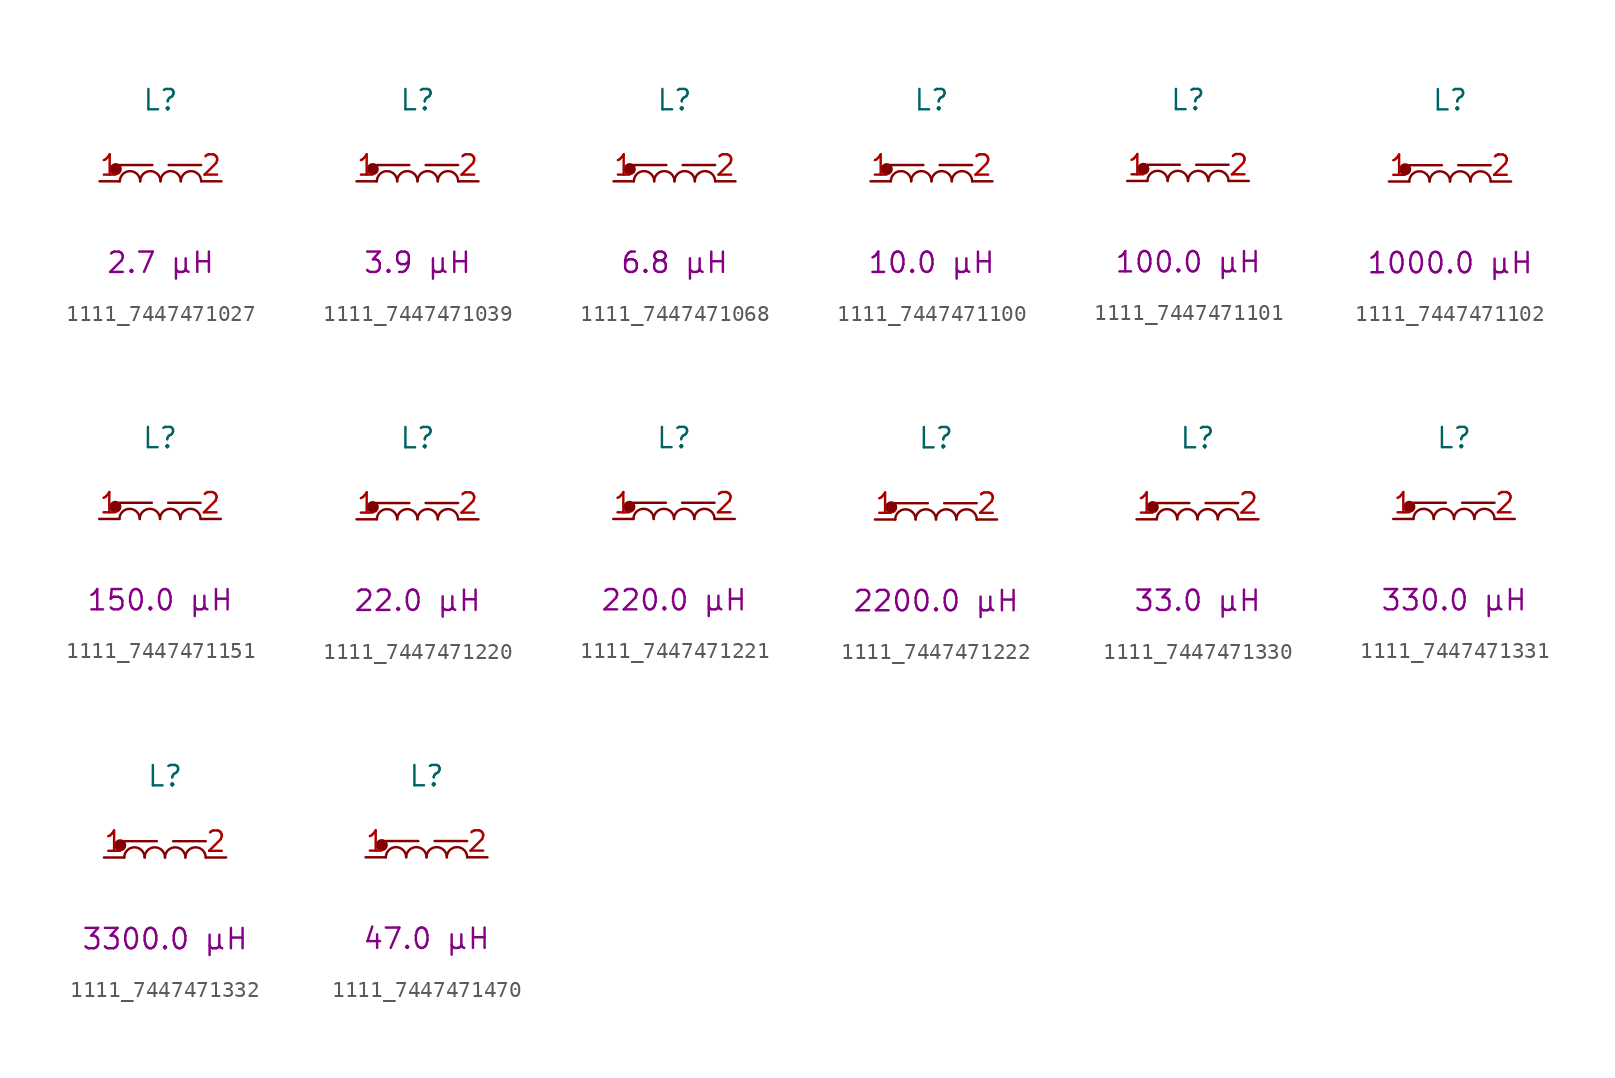
<source format=kicad_sym>
(kicad_symbol_lib
  (version 20220914)
  (generator kicad_symbol_editor)
  (symbol "1111_7447471027"
    (pin_names hide)
    (property "Reference" "L"
      (at 0 5.08 0)
      (effects (font (size 1.27 1.27))))
    (property "Critical Parameter" "2.7 µH"
      (at 0 -5.08 0)
      (effects (font (size 1.27 1.27))))
    (symbol "1111_7447471027_0_1"
      (arc (start -1.27 0) (mid -1.905 0.6323) (end -2.54 0) (stroke (width 0) (type default)) (fill (type none)))
      (arc (start 0 0) (mid -0.635 0.6323) (end -1.27 0) (stroke (width 0) (type default)) (fill (type none)))
      (polyline (pts (xy -2.54 1.016) (xy -0.508 1.016)) (stroke (width 0) (type default)) (fill (type none)))
      (arc (start 1.27 0) (mid 0.635 0.6323) (end 0 0) (stroke (width 0) (type default)) (fill (type none)))
      (arc (start 2.54 0) (mid 1.905 0.6323) (end 1.27 0) (stroke (width 0) (type default)) (fill (type none))))
    (symbol "1111_7447471027_1_1"
      (circle (center -2.794 0.762) (radius 0.0001) (stroke (width 0.381) (type default)) (fill (type none)))
      (polyline (pts (xy 2.54 1.016) (xy 0.508 1.016)) (stroke (width 0) (type default)) (fill (type none)))
      (pin passive line (at -3.81 0 0) (length 1.27) (name "1" (effects (font (size 1.27 1.27)))) (number "1" (effects (font (size 1.27 1.27)))))
      (pin passive line (at 3.81 0 180) (length 1.27) (name "2" (effects (font (size 1.27 1.27)))) (number "2" (effects (font (size 1.27 1.27)))))))
  (symbol "1111_7447471039"
    (pin_names hide)
    (property "Reference" "L"
      (at 0 5.08 0)
      (effects (font (size 1.27 1.27))))
    (property "Critical Parameter" "3.9 µH"
      (at 0 -5.08 0)
      (effects (font (size 1.27 1.27))))
    (symbol "1111_7447471039_0_1"
      (arc (start -1.27 0) (mid -1.905 0.6323) (end -2.54 0) (stroke (width 0) (type default)) (fill (type none)))
      (arc (start 0 0) (mid -0.635 0.6323) (end -1.27 0) (stroke (width 0) (type default)) (fill (type none)))
      (polyline (pts (xy -2.54 1.016) (xy -0.508 1.016)) (stroke (width 0) (type default)) (fill (type none)))
      (arc (start 1.27 0) (mid 0.635 0.6323) (end 0 0) (stroke (width 0) (type default)) (fill (type none)))
      (arc (start 2.54 0) (mid 1.905 0.6323) (end 1.27 0) (stroke (width 0) (type default)) (fill (type none))))
    (symbol "1111_7447471039_1_1"
      (circle (center -2.794 0.762) (radius 0.0001) (stroke (width 0.381) (type default)) (fill (type none)))
      (polyline (pts (xy 2.54 1.016) (xy 0.508 1.016)) (stroke (width 0) (type default)) (fill (type none)))
      (pin passive line (at -3.81 0 0) (length 1.27) (name "1" (effects (font (size 1.27 1.27)))) (number "1" (effects (font (size 1.27 1.27)))))
      (pin passive line (at 3.81 0 180) (length 1.27) (name "2" (effects (font (size 1.27 1.27)))) (number "2" (effects (font (size 1.27 1.27)))))))
  (symbol "1111_7447471068"
    (pin_names hide)
    (property "Reference" "L"
      (at 0 5.08 0)
      (effects (font (size 1.27 1.27))))
    (property "Critical Parameter" "6.8 µH"
      (at 0 -5.08 0)
      (effects (font (size 1.27 1.27))))
    (symbol "1111_7447471068_0_1"
      (arc (start -1.27 0) (mid -1.905 0.6323) (end -2.54 0) (stroke (width 0) (type default)) (fill (type none)))
      (arc (start 0 0) (mid -0.635 0.6323) (end -1.27 0) (stroke (width 0) (type default)) (fill (type none)))
      (polyline (pts (xy -2.54 1.016) (xy -0.508 1.016)) (stroke (width 0) (type default)) (fill (type none)))
      (arc (start 1.27 0) (mid 0.635 0.6323) (end 0 0) (stroke (width 0) (type default)) (fill (type none)))
      (arc (start 2.54 0) (mid 1.905 0.6323) (end 1.27 0) (stroke (width 0) (type default)) (fill (type none))))
    (symbol "1111_7447471068_1_1"
      (circle (center -2.794 0.762) (radius 0.0001) (stroke (width 0.381) (type default)) (fill (type none)))
      (polyline (pts (xy 2.54 1.016) (xy 0.508 1.016)) (stroke (width 0) (type default)) (fill (type none)))
      (pin passive line (at -3.81 0 0) (length 1.27) (name "1" (effects (font (size 1.27 1.27)))) (number "1" (effects (font (size 1.27 1.27)))))
      (pin passive line (at 3.81 0 180) (length 1.27) (name "2" (effects (font (size 1.27 1.27)))) (number "2" (effects (font (size 1.27 1.27)))))))
  (symbol "1111_7447471100"
    (pin_names hide)
    (property "Reference" "L"
      (at 0 5.08 0)
      (effects (font (size 1.27 1.27))))
    (property "Critical Parameter" "10.0 µH"
      (at 0 -5.08 0)
      (effects (font (size 1.27 1.27))))
    (symbol "1111_7447471100_0_1"
      (arc (start -1.27 0) (mid -1.905 0.6323) (end -2.54 0) (stroke (width 0) (type default)) (fill (type none)))
      (arc (start 0 0) (mid -0.635 0.6323) (end -1.27 0) (stroke (width 0) (type default)) (fill (type none)))
      (polyline (pts (xy -2.54 1.016) (xy -0.508 1.016)) (stroke (width 0) (type default)) (fill (type none)))
      (arc (start 1.27 0) (mid 0.635 0.6323) (end 0 0) (stroke (width 0) (type default)) (fill (type none)))
      (arc (start 2.54 0) (mid 1.905 0.6323) (end 1.27 0) (stroke (width 0) (type default)) (fill (type none))))
    (symbol "1111_7447471100_1_1"
      (circle (center -2.794 0.762) (radius 0.0001) (stroke (width 0.381) (type default)) (fill (type none)))
      (polyline (pts (xy 2.54 1.016) (xy 0.508 1.016)) (stroke (width 0) (type default)) (fill (type none)))
      (pin passive line (at -3.81 0 0) (length 1.27) (name "1" (effects (font (size 1.27 1.27)))) (number "1" (effects (font (size 1.27 1.27)))))
      (pin passive line (at 3.81 0 180) (length 1.27) (name "2" (effects (font (size 1.27 1.27)))) (number "2" (effects (font (size 1.27 1.27)))))))
  (symbol "1111_7447471101"
    (pin_names hide)
    (property "Reference" "L"
      (at 0 5.08 0)
      (effects (font (size 1.27 1.27))))
    (property "Critical Parameter" "100.0 µH"
      (at 0 -5.08 0)
      (effects (font (size 1.27 1.27))))
    (symbol "1111_7447471101_0_1"
      (arc (start -1.27 0) (mid -1.905 0.6323) (end -2.54 0) (stroke (width 0) (type default)) (fill (type none)))
      (arc (start 0 0) (mid -0.635 0.6323) (end -1.27 0) (stroke (width 0) (type default)) (fill (type none)))
      (polyline (pts (xy -2.54 1.016) (xy -0.508 1.016)) (stroke (width 0) (type default)) (fill (type none)))
      (arc (start 1.27 0) (mid 0.635 0.6323) (end 0 0) (stroke (width 0) (type default)) (fill (type none)))
      (arc (start 2.54 0) (mid 1.905 0.6323) (end 1.27 0) (stroke (width 0) (type default)) (fill (type none))))
    (symbol "1111_7447471101_1_1"
      (circle (center -2.794 0.762) (radius 0.0001) (stroke (width 0.381) (type default)) (fill (type none)))
      (polyline (pts (xy 2.54 1.016) (xy 0.508 1.016)) (stroke (width 0) (type default)) (fill (type none)))
      (pin passive line (at -3.81 0 0) (length 1.27) (name "1" (effects (font (size 1.27 1.27)))) (number "1" (effects (font (size 1.27 1.27)))))
      (pin passive line (at 3.81 0 180) (length 1.27) (name "2" (effects (font (size 1.27 1.27)))) (number "2" (effects (font (size 1.27 1.27)))))))
  (symbol "1111_7447471102"
    (pin_names hide)
    (property "Reference" "L"
      (at 0 5.08 0)
      (effects (font (size 1.27 1.27))))
    (property "Critical Parameter" "1000.0 µH"
      (at 0 -5.08 0)
      (effects (font (size 1.27 1.27))))
    (symbol "1111_7447471102_0_1"
      (arc (start -1.27 0) (mid -1.905 0.6323) (end -2.54 0) (stroke (width 0) (type default)) (fill (type none)))
      (arc (start 0 0) (mid -0.635 0.6323) (end -1.27 0) (stroke (width 0) (type default)) (fill (type none)))
      (polyline (pts (xy -2.54 1.016) (xy -0.508 1.016)) (stroke (width 0) (type default)) (fill (type none)))
      (arc (start 1.27 0) (mid 0.635 0.6323) (end 0 0) (stroke (width 0) (type default)) (fill (type none)))
      (arc (start 2.54 0) (mid 1.905 0.6323) (end 1.27 0) (stroke (width 0) (type default)) (fill (type none))))
    (symbol "1111_7447471102_1_1"
      (circle (center -2.794 0.762) (radius 0.0001) (stroke (width 0.381) (type default)) (fill (type none)))
      (polyline (pts (xy 2.54 1.016) (xy 0.508 1.016)) (stroke (width 0) (type default)) (fill (type none)))
      (pin passive line (at -3.81 0 0) (length 1.27) (name "1" (effects (font (size 1.27 1.27)))) (number "1" (effects (font (size 1.27 1.27)))))
      (pin passive line (at 3.81 0 180) (length 1.27) (name "2" (effects (font (size 1.27 1.27)))) (number "2" (effects (font (size 1.27 1.27)))))))
  (symbol "1111_7447471151"
    (pin_names hide)
    (property "Reference" "L"
      (at 0 5.08 0)
      (effects (font (size 1.27 1.27))))
    (property "Critical Parameter" "150.0 µH"
      (at 0 -5.08 0)
      (effects (font (size 1.27 1.27))))
    (symbol "1111_7447471151_0_1"
      (arc (start -1.27 0) (mid -1.905 0.6323) (end -2.54 0) (stroke (width 0) (type default)) (fill (type none)))
      (arc (start 0 0) (mid -0.635 0.6323) (end -1.27 0) (stroke (width 0) (type default)) (fill (type none)))
      (polyline (pts (xy -2.54 1.016) (xy -0.508 1.016)) (stroke (width 0) (type default)) (fill (type none)))
      (arc (start 1.27 0) (mid 0.635 0.6323) (end 0 0) (stroke (width 0) (type default)) (fill (type none)))
      (arc (start 2.54 0) (mid 1.905 0.6323) (end 1.27 0) (stroke (width 0) (type default)) (fill (type none))))
    (symbol "1111_7447471151_1_1"
      (circle (center -2.794 0.762) (radius 0.0001) (stroke (width 0.381) (type default)) (fill (type none)))
      (polyline (pts (xy 2.54 1.016) (xy 0.508 1.016)) (stroke (width 0) (type default)) (fill (type none)))
      (pin passive line (at -3.81 0 0) (length 1.27) (name "1" (effects (font (size 1.27 1.27)))) (number "1" (effects (font (size 1.27 1.27)))))
      (pin passive line (at 3.81 0 180) (length 1.27) (name "2" (effects (font (size 1.27 1.27)))) (number "2" (effects (font (size 1.27 1.27)))))))
  (symbol "1111_7447471220"
    (pin_names hide)
    (property "Reference" "L"
      (at 0 5.08 0)
      (effects (font (size 1.27 1.27))))
    (property "Critical Parameter" "22.0 µH"
      (at 0 -5.08 0)
      (effects (font (size 1.27 1.27))))
    (symbol "1111_7447471220_0_1"
      (arc (start -1.27 0) (mid -1.905 0.6323) (end -2.54 0) (stroke (width 0) (type default)) (fill (type none)))
      (arc (start 0 0) (mid -0.635 0.6323) (end -1.27 0) (stroke (width 0) (type default)) (fill (type none)))
      (polyline (pts (xy -2.54 1.016) (xy -0.508 1.016)) (stroke (width 0) (type default)) (fill (type none)))
      (arc (start 1.27 0) (mid 0.635 0.6323) (end 0 0) (stroke (width 0) (type default)) (fill (type none)))
      (arc (start 2.54 0) (mid 1.905 0.6323) (end 1.27 0) (stroke (width 0) (type default)) (fill (type none))))
    (symbol "1111_7447471220_1_1"
      (circle (center -2.794 0.762) (radius 0.0001) (stroke (width 0.381) (type default)) (fill (type none)))
      (polyline (pts (xy 2.54 1.016) (xy 0.508 1.016)) (stroke (width 0) (type default)) (fill (type none)))
      (pin passive line (at -3.81 0 0) (length 1.27) (name "1" (effects (font (size 1.27 1.27)))) (number "1" (effects (font (size 1.27 1.27)))))
      (pin passive line (at 3.81 0 180) (length 1.27) (name "2" (effects (font (size 1.27 1.27)))) (number "2" (effects (font (size 1.27 1.27)))))))
  (symbol "1111_7447471221"
    (pin_names hide)
    (property "Reference" "L"
      (at 0 5.08 0)
      (effects (font (size 1.27 1.27))))
    (property "Critical Parameter" "220.0 µH"
      (at 0 -5.08 0)
      (effects (font (size 1.27 1.27))))
    (symbol "1111_7447471221_0_1"
      (arc (start -1.27 0) (mid -1.905 0.6323) (end -2.54 0) (stroke (width 0) (type default)) (fill (type none)))
      (arc (start 0 0) (mid -0.635 0.6323) (end -1.27 0) (stroke (width 0) (type default)) (fill (type none)))
      (polyline (pts (xy -2.54 1.016) (xy -0.508 1.016)) (stroke (width 0) (type default)) (fill (type none)))
      (arc (start 1.27 0) (mid 0.635 0.6323) (end 0 0) (stroke (width 0) (type default)) (fill (type none)))
      (arc (start 2.54 0) (mid 1.905 0.6323) (end 1.27 0) (stroke (width 0) (type default)) (fill (type none))))
    (symbol "1111_7447471221_1_1"
      (circle (center -2.794 0.762) (radius 0.0001) (stroke (width 0.381) (type default)) (fill (type none)))
      (polyline (pts (xy 2.54 1.016) (xy 0.508 1.016)) (stroke (width 0) (type default)) (fill (type none)))
      (pin passive line (at -3.81 0 0) (length 1.27) (name "1" (effects (font (size 1.27 1.27)))) (number "1" (effects (font (size 1.27 1.27)))))
      (pin passive line (at 3.81 0 180) (length 1.27) (name "2" (effects (font (size 1.27 1.27)))) (number "2" (effects (font (size 1.27 1.27)))))))
  (symbol "1111_7447471222"
    (pin_names hide)
    (property "Reference" "L"
      (at 0 5.08 0)
      (effects (font (size 1.27 1.27))))
    (property "Critical Parameter" "2200.0 µH"
      (at 0 -5.08 0)
      (effects (font (size 1.27 1.27))))
    (symbol "1111_7447471222_0_1"
      (arc (start -1.27 0) (mid -1.905 0.6323) (end -2.54 0) (stroke (width 0) (type default)) (fill (type none)))
      (arc (start 0 0) (mid -0.635 0.6323) (end -1.27 0) (stroke (width 0) (type default)) (fill (type none)))
      (polyline (pts (xy -2.54 1.016) (xy -0.508 1.016)) (stroke (width 0) (type default)) (fill (type none)))
      (arc (start 1.27 0) (mid 0.635 0.6323) (end 0 0) (stroke (width 0) (type default)) (fill (type none)))
      (arc (start 2.54 0) (mid 1.905 0.6323) (end 1.27 0) (stroke (width 0) (type default)) (fill (type none))))
    (symbol "1111_7447471222_1_1"
      (circle (center -2.794 0.762) (radius 0.0001) (stroke (width 0.381) (type default)) (fill (type none)))
      (polyline (pts (xy 2.54 1.016) (xy 0.508 1.016)) (stroke (width 0) (type default)) (fill (type none)))
      (pin passive line (at -3.81 0 0) (length 1.27) (name "1" (effects (font (size 1.27 1.27)))) (number "1" (effects (font (size 1.27 1.27)))))
      (pin passive line (at 3.81 0 180) (length 1.27) (name "2" (effects (font (size 1.27 1.27)))) (number "2" (effects (font (size 1.27 1.27)))))))
  (symbol "1111_7447471330"
    (pin_names hide)
    (property "Reference" "L"
      (at 0 5.08 0)
      (effects (font (size 1.27 1.27))))
    (property "Critical Parameter" "33.0 µH"
      (at 0 -5.08 0)
      (effects (font (size 1.27 1.27))))
    (symbol "1111_7447471330_0_1"
      (arc (start -1.27 0) (mid -1.905 0.6323) (end -2.54 0) (stroke (width 0) (type default)) (fill (type none)))
      (arc (start 0 0) (mid -0.635 0.6323) (end -1.27 0) (stroke (width 0) (type default)) (fill (type none)))
      (polyline (pts (xy -2.54 1.016) (xy -0.508 1.016)) (stroke (width 0) (type default)) (fill (type none)))
      (arc (start 1.27 0) (mid 0.635 0.6323) (end 0 0) (stroke (width 0) (type default)) (fill (type none)))
      (arc (start 2.54 0) (mid 1.905 0.6323) (end 1.27 0) (stroke (width 0) (type default)) (fill (type none))))
    (symbol "1111_7447471330_1_1"
      (circle (center -2.794 0.762) (radius 0.0001) (stroke (width 0.381) (type default)) (fill (type none)))
      (polyline (pts (xy 2.54 1.016) (xy 0.508 1.016)) (stroke (width 0) (type default)) (fill (type none)))
      (pin passive line (at -3.81 0 0) (length 1.27) (name "1" (effects (font (size 1.27 1.27)))) (number "1" (effects (font (size 1.27 1.27)))))
      (pin passive line (at 3.81 0 180) (length 1.27) (name "2" (effects (font (size 1.27 1.27)))) (number "2" (effects (font (size 1.27 1.27)))))))
  (symbol "1111_7447471331"
    (pin_names hide)
    (property "Reference" "L"
      (at 0 5.08 0)
      (effects (font (size 1.27 1.27))))
    (property "Critical Parameter" "330.0 µH"
      (at 0 -5.08 0)
      (effects (font (size 1.27 1.27))))
    (symbol "1111_7447471331_0_1"
      (arc (start -1.27 0) (mid -1.905 0.6323) (end -2.54 0) (stroke (width 0) (type default)) (fill (type none)))
      (arc (start 0 0) (mid -0.635 0.6323) (end -1.27 0) (stroke (width 0) (type default)) (fill (type none)))
      (polyline (pts (xy -2.54 1.016) (xy -0.508 1.016)) (stroke (width 0) (type default)) (fill (type none)))
      (arc (start 1.27 0) (mid 0.635 0.6323) (end 0 0) (stroke (width 0) (type default)) (fill (type none)))
      (arc (start 2.54 0) (mid 1.905 0.6323) (end 1.27 0) (stroke (width 0) (type default)) (fill (type none))))
    (symbol "1111_7447471331_1_1"
      (circle (center -2.794 0.762) (radius 0.0001) (stroke (width 0.381) (type default)) (fill (type none)))
      (polyline (pts (xy 2.54 1.016) (xy 0.508 1.016)) (stroke (width 0) (type default)) (fill (type none)))
      (pin passive line (at -3.81 0 0) (length 1.27) (name "1" (effects (font (size 1.27 1.27)))) (number "1" (effects (font (size 1.27 1.27)))))
      (pin passive line (at 3.81 0 180) (length 1.27) (name "2" (effects (font (size 1.27 1.27)))) (number "2" (effects (font (size 1.27 1.27)))))))
  (symbol "1111_7447471332"
    (pin_names hide)
    (property "Reference" "L"
      (at 0 5.08 0)
      (effects (font (size 1.27 1.27))))
    (property "Critical Parameter" "3300.0 µH"
      (at 0 -5.08 0)
      (effects (font (size 1.27 1.27))))
    (symbol "1111_7447471332_0_1"
      (arc (start -1.27 0) (mid -1.905 0.6323) (end -2.54 0) (stroke (width 0) (type default)) (fill (type none)))
      (arc (start 0 0) (mid -0.635 0.6323) (end -1.27 0) (stroke (width 0) (type default)) (fill (type none)))
      (polyline (pts (xy -2.54 1.016) (xy -0.508 1.016)) (stroke (width 0) (type default)) (fill (type none)))
      (arc (start 1.27 0) (mid 0.635 0.6323) (end 0 0) (stroke (width 0) (type default)) (fill (type none)))
      (arc (start 2.54 0) (mid 1.905 0.6323) (end 1.27 0) (stroke (width 0) (type default)) (fill (type none))))
    (symbol "1111_7447471332_1_1"
      (circle (center -2.794 0.762) (radius 0.0001) (stroke (width 0.381) (type default)) (fill (type none)))
      (polyline (pts (xy 2.54 1.016) (xy 0.508 1.016)) (stroke (width 0) (type default)) (fill (type none)))
      (pin passive line (at -3.81 0 0) (length 1.27) (name "1" (effects (font (size 1.27 1.27)))) (number "1" (effects (font (size 1.27 1.27)))))
      (pin passive line (at 3.81 0 180) (length 1.27) (name "2" (effects (font (size 1.27 1.27)))) (number "2" (effects (font (size 1.27 1.27)))))))
  (symbol "1111_7447471470"
    (pin_names hide)
    (property "Reference" "L"
      (at 0 5.08 0)
      (effects (font (size 1.27 1.27))))
    (property "Critical Parameter" "47.0 µH"
      (at 0 -5.08 0)
      (effects (font (size 1.27 1.27))))
    (symbol "1111_7447471470_0_1"
      (arc (start -1.27 0) (mid -1.905 0.6323) (end -2.54 0) (stroke (width 0) (type default)) (fill (type none)))
      (arc (start 0 0) (mid -0.635 0.6323) (end -1.27 0) (stroke (width 0) (type default)) (fill (type none)))
      (polyline (pts (xy -2.54 1.016) (xy -0.508 1.016)) (stroke (width 0) (type default)) (fill (type none)))
      (arc (start 1.27 0) (mid 0.635 0.6323) (end 0 0) (stroke (width 0) (type default)) (fill (type none)))
      (arc (start 2.54 0) (mid 1.905 0.6323) (end 1.27 0) (stroke (width 0) (type default)) (fill (type none))))
    (symbol "1111_7447471470_1_1"
      (circle (center -2.794 0.762) (radius 0.0001) (stroke (width 0.381) (type default)) (fill (type none)))
      (polyline (pts (xy 2.54 1.016) (xy 0.508 1.016)) (stroke (width 0) (type default)) (fill (type none)))
      (pin passive line (at -3.81 0 0) (length 1.27) (name "1" (effects (font (size 1.27 1.27)))) (number "1" (effects (font (size 1.27 1.27)))))
      (pin passive line (at 3.81 0 180) (length 1.27) (name "2" (effects (font (size 1.27 1.27)))) (number "2" (effects (font (size 1.27 1.27))))))))
</source>
